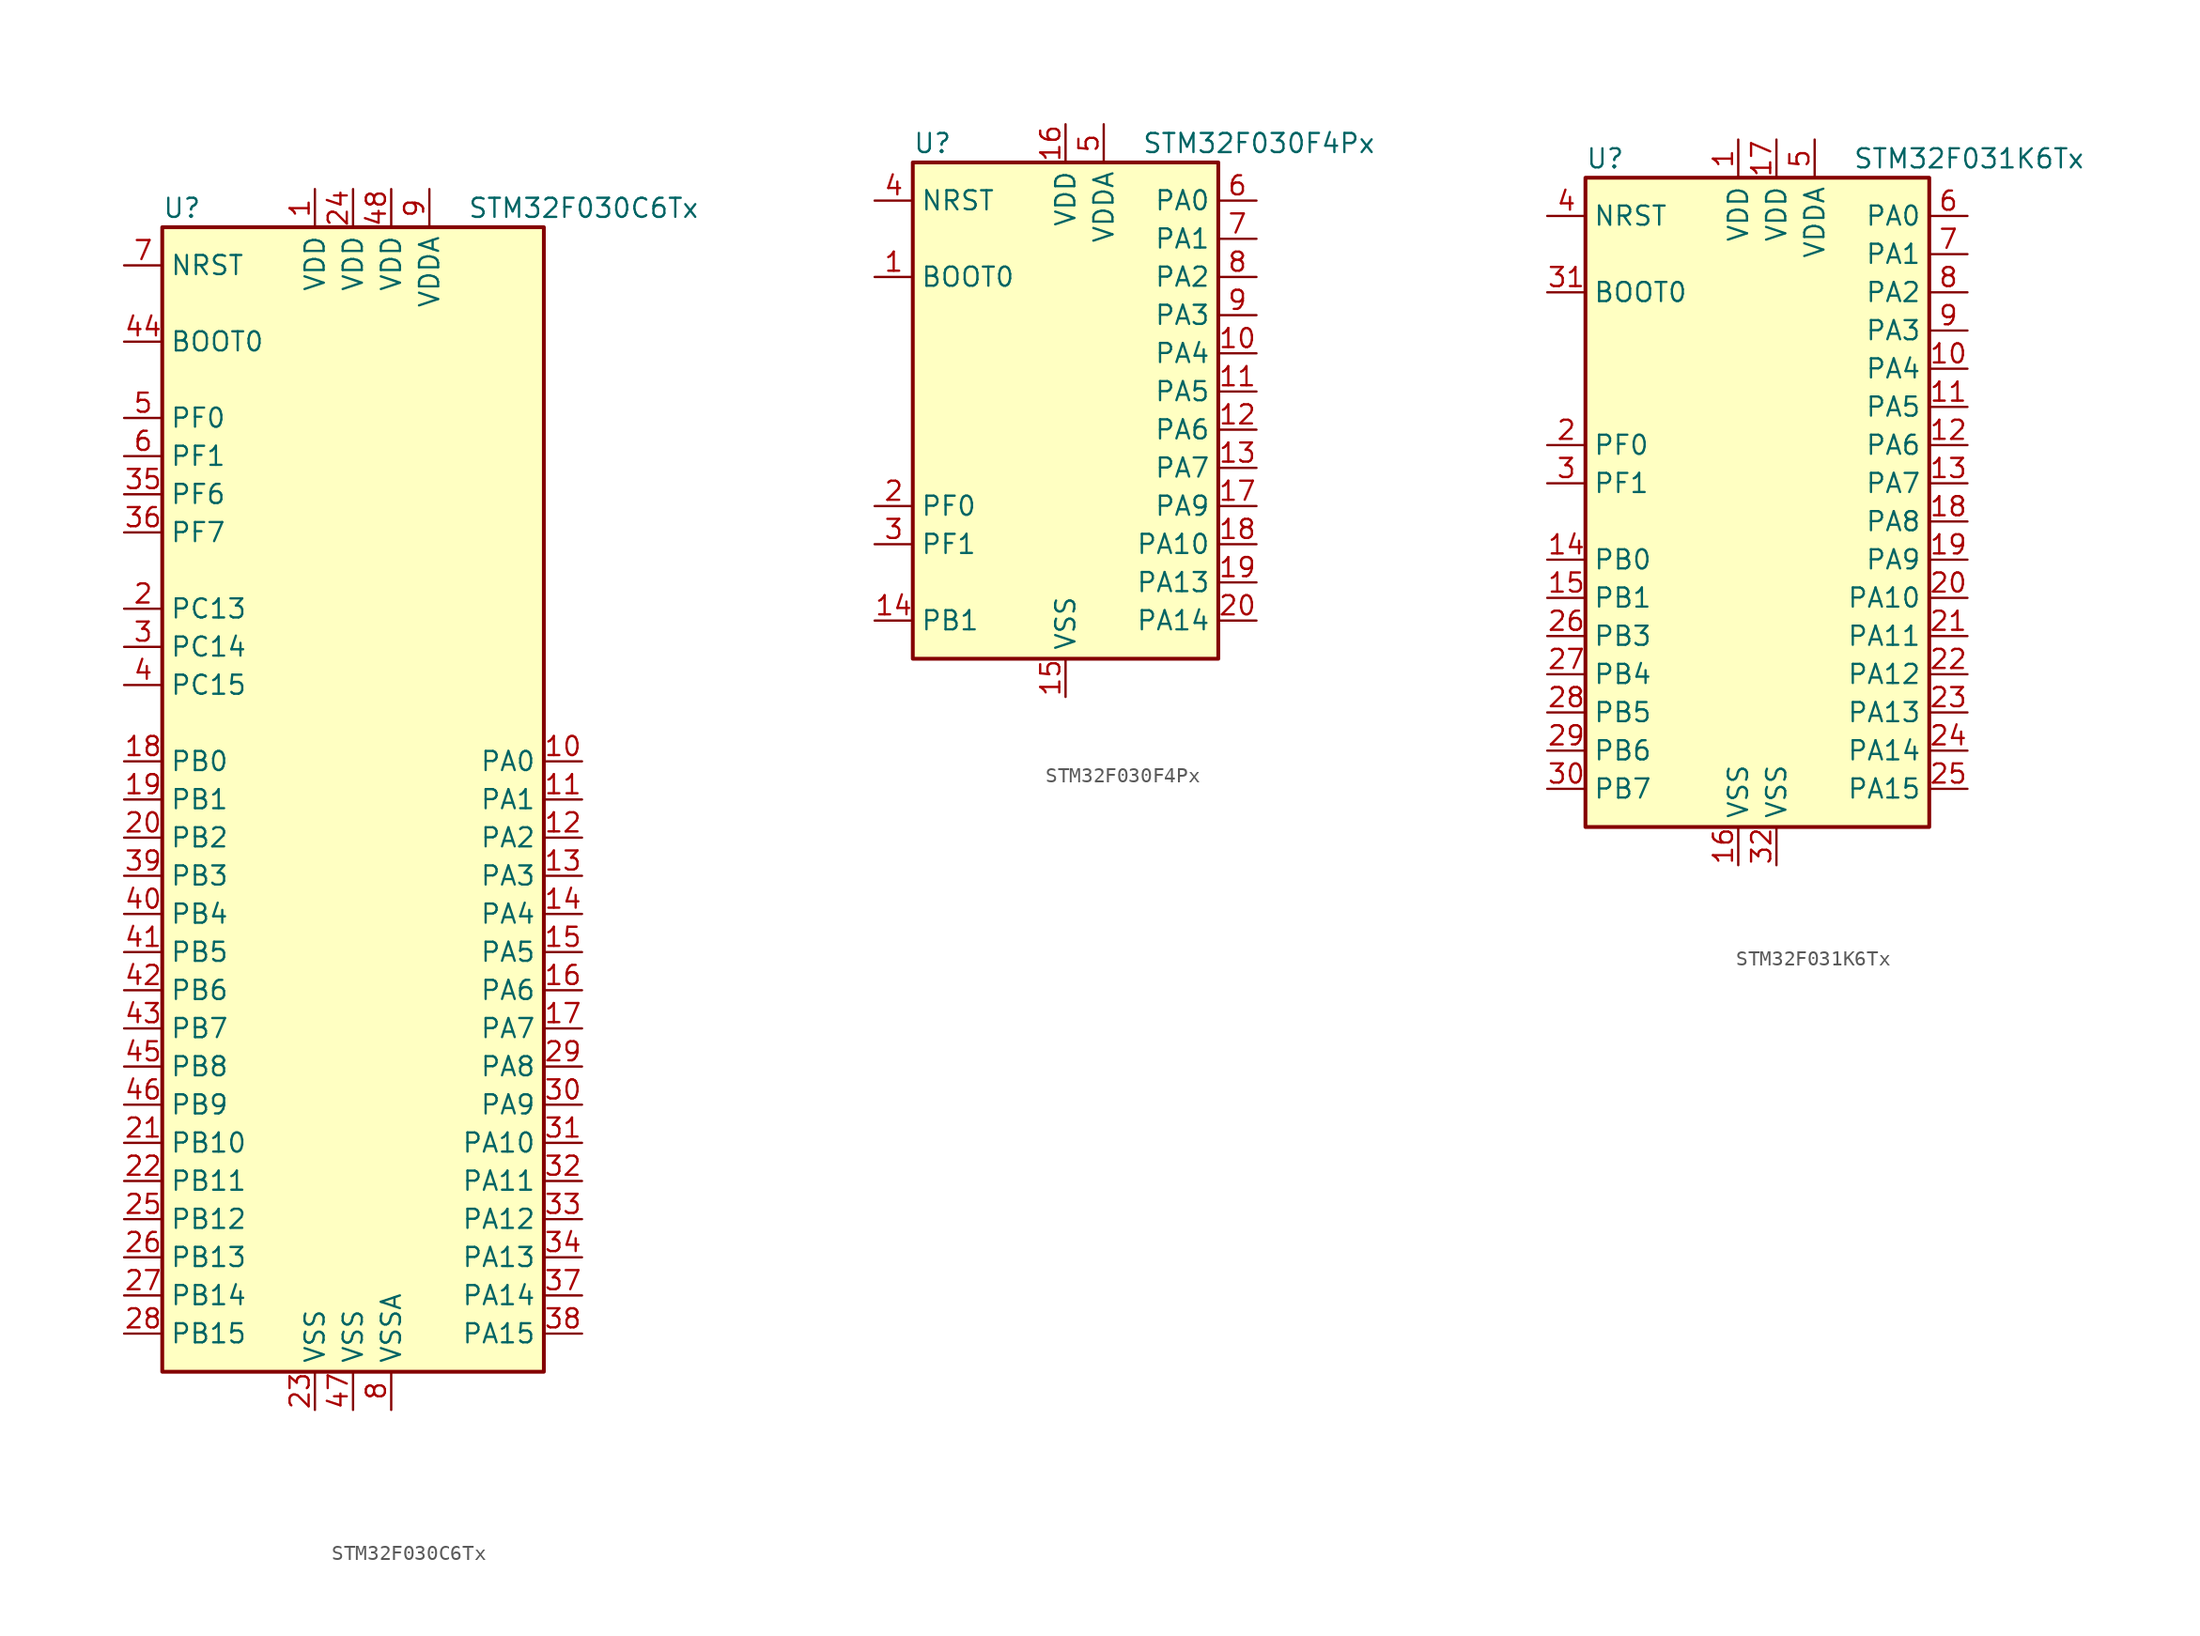
<source format=kicad_sym>
(kicad_symbol_lib
  (version 20201005)
  (generator kicad_symbol_editor)
  (symbol "STM32F030C6Tx"
    (property "Reference" "U"
      (at -12.7 39.37 0)
      (effects (font (size 1.27 1.27)) (justify left)))
    (property "Value" "STM32F030C6Tx"
      (at 7.62 39.37 0)
      (effects (font (size 1.27 1.27)) (justify left)))
    (symbol "STM32F030C6Tx_0_1"
      (rectangle (start -12.7 -38.1) (end 12.7 38.1) (stroke (width 0.254)) (fill (type background))))
    (symbol "STM32F030C6Tx_1_1"
      (pin power_in line (at -2.54 40.64 270) (length 2.54) (name "VDD" (effects (font (size 1.27 1.27)))) (number "1" (effects (font (size 1.27 1.27)))))
      (pin bidirectional line (at 15.24 2.54 180) (length 2.54) (name "PA0" (effects (font (size 1.27 1.27)))) (number "10" (effects (font (size 1.27 1.27)))))
      (pin bidirectional line (at 15.24 0 180) (length 2.54) (name "PA1" (effects (font (size 1.27 1.27)))) (number "11" (effects (font (size 1.27 1.27)))))
      (pin bidirectional line (at 15.24 -2.54 180) (length 2.54) (name "PA2" (effects (font (size 1.27 1.27)))) (number "12" (effects (font (size 1.27 1.27)))))
      (pin bidirectional line (at 15.24 -5.08 180) (length 2.54) (name "PA3" (effects (font (size 1.27 1.27)))) (number "13" (effects (font (size 1.27 1.27)))))
      (pin bidirectional line (at 15.24 -7.62 180) (length 2.54) (name "PA4" (effects (font (size 1.27 1.27)))) (number "14" (effects (font (size 1.27 1.27)))))
      (pin bidirectional line (at 15.24 -10.16 180) (length 2.54) (name "PA5" (effects (font (size 1.27 1.27)))) (number "15" (effects (font (size 1.27 1.27)))))
      (pin bidirectional line (at 15.24 -12.7 180) (length 2.54) (name "PA6" (effects (font (size 1.27 1.27)))) (number "16" (effects (font (size 1.27 1.27)))))
      (pin bidirectional line (at 15.24 -15.24 180) (length 2.54) (name "PA7" (effects (font (size 1.27 1.27)))) (number "17" (effects (font (size 1.27 1.27)))))
      (pin bidirectional line (at -15.24 2.54 0) (length 2.54) (name "PB0" (effects (font (size 1.27 1.27)))) (number "18" (effects (font (size 1.27 1.27)))))
      (pin bidirectional line (at -15.24 0 0) (length 2.54) (name "PB1" (effects (font (size 1.27 1.27)))) (number "19" (effects (font (size 1.27 1.27)))))
      (pin bidirectional line (at -15.24 12.7 0) (length 2.54) (name "PC13" (effects (font (size 1.27 1.27)))) (number "2" (effects (font (size 1.27 1.27)))))
      (pin bidirectional line (at -15.24 -2.54 0) (length 2.54) (name "PB2" (effects (font (size 1.27 1.27)))) (number "20" (effects (font (size 1.27 1.27)))))
      (pin bidirectional line (at -15.24 -22.86 0) (length 2.54) (name "PB10" (effects (font (size 1.27 1.27)))) (number "21" (effects (font (size 1.27 1.27)))))
      (pin bidirectional line (at -15.24 -25.4 0) (length 2.54) (name "PB11" (effects (font (size 1.27 1.27)))) (number "22" (effects (font (size 1.27 1.27)))))
      (pin power_in line (at -2.54 -40.64 90) (length 2.54) (name "VSS" (effects (font (size 1.27 1.27)))) (number "23" (effects (font (size 1.27 1.27)))))
      (pin power_in line (at 0 40.64 270) (length 2.54) (name "VDD" (effects (font (size 1.27 1.27)))) (number "24" (effects (font (size 1.27 1.27)))))
      (pin bidirectional line (at -15.24 -27.94 0) (length 2.54) (name "PB12" (effects (font (size 1.27 1.27)))) (number "25" (effects (font (size 1.27 1.27)))))
      (pin bidirectional line (at -15.24 -30.48 0) (length 2.54) (name "PB13" (effects (font (size 1.27 1.27)))) (number "26" (effects (font (size 1.27 1.27)))))
      (pin bidirectional line (at -15.24 -33.02 0) (length 2.54) (name "PB14" (effects (font (size 1.27 1.27)))) (number "27" (effects (font (size 1.27 1.27)))))
      (pin bidirectional line (at -15.24 -35.56 0) (length 2.54) (name "PB15" (effects (font (size 1.27 1.27)))) (number "28" (effects (font (size 1.27 1.27)))))
      (pin bidirectional line (at 15.24 -17.78 180) (length 2.54) (name "PA8" (effects (font (size 1.27 1.27)))) (number "29" (effects (font (size 1.27 1.27)))))
      (pin bidirectional line (at -15.24 10.16 0) (length 2.54) (name "PC14" (effects (font (size 1.27 1.27)))) (number "3" (effects (font (size 1.27 1.27)))))
      (pin bidirectional line (at 15.24 -20.32 180) (length 2.54) (name "PA9" (effects (font (size 1.27 1.27)))) (number "30" (effects (font (size 1.27 1.27)))))
      (pin bidirectional line (at 15.24 -22.86 180) (length 2.54) (name "PA10" (effects (font (size 1.27 1.27)))) (number "31" (effects (font (size 1.27 1.27)))))
      (pin bidirectional line (at 15.24 -25.4 180) (length 2.54) (name "PA11" (effects (font (size 1.27 1.27)))) (number "32" (effects (font (size 1.27 1.27)))))
      (pin bidirectional line (at 15.24 -27.94 180) (length 2.54) (name "PA12" (effects (font (size 1.27 1.27)))) (number "33" (effects (font (size 1.27 1.27)))))
      (pin bidirectional line (at 15.24 -30.48 180) (length 2.54) (name "PA13" (effects (font (size 1.27 1.27)))) (number "34" (effects (font (size 1.27 1.27)))))
      (pin bidirectional line (at -15.24 20.32 0) (length 2.54) (name "PF6" (effects (font (size 1.27 1.27)))) (number "35" (effects (font (size 1.27 1.27)))))
      (pin bidirectional line (at -15.24 17.78 0) (length 2.54) (name "PF7" (effects (font (size 1.27 1.27)))) (number "36" (effects (font (size 1.27 1.27)))))
      (pin bidirectional line (at 15.24 -33.02 180) (length 2.54) (name "PA14" (effects (font (size 1.27 1.27)))) (number "37" (effects (font (size 1.27 1.27)))))
      (pin bidirectional line (at 15.24 -35.56 180) (length 2.54) (name "PA15" (effects (font (size 1.27 1.27)))) (number "38" (effects (font (size 1.27 1.27)))))
      (pin bidirectional line (at -15.24 -5.08 0) (length 2.54) (name "PB3" (effects (font (size 1.27 1.27)))) (number "39" (effects (font (size 1.27 1.27)))))
      (pin bidirectional line (at -15.24 7.62 0) (length 2.54) (name "PC15" (effects (font (size 1.27 1.27)))) (number "4" (effects (font (size 1.27 1.27)))))
      (pin bidirectional line (at -15.24 -7.62 0) (length 2.54) (name "PB4" (effects (font (size 1.27 1.27)))) (number "40" (effects (font (size 1.27 1.27)))))
      (pin bidirectional line (at -15.24 -10.16 0) (length 2.54) (name "PB5" (effects (font (size 1.27 1.27)))) (number "41" (effects (font (size 1.27 1.27)))))
      (pin bidirectional line (at -15.24 -12.7 0) (length 2.54) (name "PB6" (effects (font (size 1.27 1.27)))) (number "42" (effects (font (size 1.27 1.27)))))
      (pin bidirectional line (at -15.24 -15.24 0) (length 2.54) (name "PB7" (effects (font (size 1.27 1.27)))) (number "43" (effects (font (size 1.27 1.27)))))
      (pin input line (at -15.24 30.48 0) (length 2.54) (name "BOOT0" (effects (font (size 1.27 1.27)))) (number "44" (effects (font (size 1.27 1.27)))))
      (pin bidirectional line (at -15.24 -17.78 0) (length 2.54) (name "PB8" (effects (font (size 1.27 1.27)))) (number "45" (effects (font (size 1.27 1.27)))))
      (pin bidirectional line (at -15.24 -20.32 0) (length 2.54) (name "PB9" (effects (font (size 1.27 1.27)))) (number "46" (effects (font (size 1.27 1.27)))))
      (pin power_in line (at 0 -40.64 90) (length 2.54) (name "VSS" (effects (font (size 1.27 1.27)))) (number "47" (effects (font (size 1.27 1.27)))))
      (pin power_in line (at 2.54 40.64 270) (length 2.54) (name "VDD" (effects (font (size 1.27 1.27)))) (number "48" (effects (font (size 1.27 1.27)))))
      (pin input line (at -15.24 25.4 0) (length 2.54) (name "PF0" (effects (font (size 1.27 1.27)))) (number "5" (effects (font (size 1.27 1.27)))))
      (pin input line (at -15.24 22.86 0) (length 2.54) (name "PF1" (effects (font (size 1.27 1.27)))) (number "6" (effects (font (size 1.27 1.27)))))
      (pin input line (at -15.24 35.56 0) (length 2.54) (name "NRST" (effects (font (size 1.27 1.27)))) (number "7" (effects (font (size 1.27 1.27)))))
      (pin power_in line (at 2.54 -40.64 90) (length 2.54) (name "VSSA" (effects (font (size 1.27 1.27)))) (number "8" (effects (font (size 1.27 1.27)))))
      (pin power_in line (at 5.08 40.64 270) (length 2.54) (name "VDDA" (effects (font (size 1.27 1.27)))) (number "9" (effects (font (size 1.27 1.27)))))))
  (symbol "STM32F030F4Px"
    (property "Reference" "U"
      (at -10.16 16.51 0)
      (effects (font (size 1.27 1.27)) (justify left)))
    (property "Value" "STM32F030F4Px"
      (at 5.08 16.51 0)
      (effects (font (size 1.27 1.27)) (justify left)))
    (symbol "STM32F030F4Px_0_1"
      (rectangle (start -10.16 -17.78) (end 10.16 15.24) (stroke (width 0.254)) (fill (type background))))
    (symbol "STM32F030F4Px_1_1"
      (pin input line (at -12.7 7.62 0) (length 2.54) (name "BOOT0" (effects (font (size 1.27 1.27)))) (number "1" (effects (font (size 1.27 1.27)))))
      (pin bidirectional line (at 12.7 2.54 180) (length 2.54) (name "PA4" (effects (font (size 1.27 1.27)))) (number "10" (effects (font (size 1.27 1.27)))))
      (pin bidirectional line (at 12.7 0 180) (length 2.54) (name "PA5" (effects (font (size 1.27 1.27)))) (number "11" (effects (font (size 1.27 1.27)))))
      (pin bidirectional line (at 12.7 -2.54 180) (length 2.54) (name "PA6" (effects (font (size 1.27 1.27)))) (number "12" (effects (font (size 1.27 1.27)))))
      (pin bidirectional line (at 12.7 -5.08 180) (length 2.54) (name "PA7" (effects (font (size 1.27 1.27)))) (number "13" (effects (font (size 1.27 1.27)))))
      (pin bidirectional line (at -12.7 -15.24 0) (length 2.54) (name "PB1" (effects (font (size 1.27 1.27)))) (number "14" (effects (font (size 1.27 1.27)))))
      (pin power_in line (at 0 -20.32 90) (length 2.54) (name "VSS" (effects (font (size 1.27 1.27)))) (number "15" (effects (font (size 1.27 1.27)))))
      (pin power_in line (at 0 17.78 270) (length 2.54) (name "VDD" (effects (font (size 1.27 1.27)))) (number "16" (effects (font (size 1.27 1.27)))))
      (pin bidirectional line (at 12.7 -7.62 180) (length 2.54) (name "PA9" (effects (font (size 1.27 1.27)))) (number "17" (effects (font (size 1.27 1.27)))))
      (pin bidirectional line (at 12.7 -10.16 180) (length 2.54) (name "PA10" (effects (font (size 1.27 1.27)))) (number "18" (effects (font (size 1.27 1.27)))))
      (pin bidirectional line (at 12.7 -12.7 180) (length 2.54) (name "PA13" (effects (font (size 1.27 1.27)))) (number "19" (effects (font (size 1.27 1.27)))))
      (pin input line (at -12.7 -7.62 0) (length 2.54) (name "PF0" (effects (font (size 1.27 1.27)))) (number "2" (effects (font (size 1.27 1.27)))))
      (pin bidirectional line (at 12.7 -15.24 180) (length 2.54) (name "PA14" (effects (font (size 1.27 1.27)))) (number "20" (effects (font (size 1.27 1.27)))))
      (pin input line (at -12.7 -10.16 0) (length 2.54) (name "PF1" (effects (font (size 1.27 1.27)))) (number "3" (effects (font (size 1.27 1.27)))))
      (pin input line (at -12.7 12.7 0) (length 2.54) (name "NRST" (effects (font (size 1.27 1.27)))) (number "4" (effects (font (size 1.27 1.27)))))
      (pin power_in line (at 2.54 17.78 270) (length 2.54) (name "VDDA" (effects (font (size 1.27 1.27)))) (number "5" (effects (font (size 1.27 1.27)))))
      (pin bidirectional line (at 12.7 12.7 180) (length 2.54) (name "PA0" (effects (font (size 1.27 1.27)))) (number "6" (effects (font (size 1.27 1.27)))))
      (pin bidirectional line (at 12.7 10.16 180) (length 2.54) (name "PA1" (effects (font (size 1.27 1.27)))) (number "7" (effects (font (size 1.27 1.27)))))
      (pin bidirectional line (at 12.7 7.62 180) (length 2.54) (name "PA2" (effects (font (size 1.27 1.27)))) (number "8" (effects (font (size 1.27 1.27)))))
      (pin bidirectional line (at 12.7 5.08 180) (length 2.54) (name "PA3" (effects (font (size 1.27 1.27)))) (number "9" (effects (font (size 1.27 1.27)))))))
  (symbol "STM32F031K6Tx"
    (property "Reference" "U"
      (at -12.7 21.59 0)
      (effects (font (size 1.27 1.27)) (justify left)))
    (property "Value" "STM32F031K6Tx"
      (at 5.08 21.59 0)
      (effects (font (size 1.27 1.27)) (justify left)))
    (symbol "STM32F031K6Tx_0_1"
      (rectangle (start -12.7 -22.86) (end 10.16 20.32) (stroke (width 0.254)) (fill (type background))))
    (symbol "STM32F031K6Tx_1_1"
      (pin power_in line (at -2.54 22.86 270) (length 2.54) (name "VDD" (effects (font (size 1.27 1.27)))) (number "1" (effects (font (size 1.27 1.27)))))
      (pin bidirectional line (at 12.7 7.62 180) (length 2.54) (name "PA4" (effects (font (size 1.27 1.27)))) (number "10" (effects (font (size 1.27 1.27)))))
      (pin bidirectional line (at 12.7 5.08 180) (length 2.54) (name "PA5" (effects (font (size 1.27 1.27)))) (number "11" (effects (font (size 1.27 1.27)))))
      (pin bidirectional line (at 12.7 2.54 180) (length 2.54) (name "PA6" (effects (font (size 1.27 1.27)))) (number "12" (effects (font (size 1.27 1.27)))))
      (pin bidirectional line (at 12.7 0 180) (length 2.54) (name "PA7" (effects (font (size 1.27 1.27)))) (number "13" (effects (font (size 1.27 1.27)))))
      (pin bidirectional line (at -15.24 -5.08 0) (length 2.54) (name "PB0" (effects (font (size 1.27 1.27)))) (number "14" (effects (font (size 1.27 1.27)))))
      (pin bidirectional line (at -15.24 -7.62 0) (length 2.54) (name "PB1" (effects (font (size 1.27 1.27)))) (number "15" (effects (font (size 1.27 1.27)))))
      (pin power_in line (at -2.54 -25.4 90) (length 2.54) (name "VSS" (effects (font (size 1.27 1.27)))) (number "16" (effects (font (size 1.27 1.27)))))
      (pin power_in line (at 0 22.86 270) (length 2.54) (name "VDD" (effects (font (size 1.27 1.27)))) (number "17" (effects (font (size 1.27 1.27)))))
      (pin bidirectional line (at 12.7 -2.54 180) (length 2.54) (name "PA8" (effects (font (size 1.27 1.27)))) (number "18" (effects (font (size 1.27 1.27)))))
      (pin bidirectional line (at 12.7 -5.08 180) (length 2.54) (name "PA9" (effects (font (size 1.27 1.27)))) (number "19" (effects (font (size 1.27 1.27)))))
      (pin input line (at -15.24 2.54 0) (length 2.54) (name "PF0" (effects (font (size 1.27 1.27)))) (number "2" (effects (font (size 1.27 1.27)))))
      (pin bidirectional line (at 12.7 -7.62 180) (length 2.54) (name "PA10" (effects (font (size 1.27 1.27)))) (number "20" (effects (font (size 1.27 1.27)))))
      (pin bidirectional line (at 12.7 -10.16 180) (length 2.54) (name "PA11" (effects (font (size 1.27 1.27)))) (number "21" (effects (font (size 1.27 1.27)))))
      (pin bidirectional line (at 12.7 -12.7 180) (length 2.54) (name "PA12" (effects (font (size 1.27 1.27)))) (number "22" (effects (font (size 1.27 1.27)))))
      (pin bidirectional line (at 12.7 -15.24 180) (length 2.54) (name "PA13" (effects (font (size 1.27 1.27)))) (number "23" (effects (font (size 1.27 1.27)))))
      (pin bidirectional line (at 12.7 -17.78 180) (length 2.54) (name "PA14" (effects (font (size 1.27 1.27)))) (number "24" (effects (font (size 1.27 1.27)))))
      (pin bidirectional line (at 12.7 -20.32 180) (length 2.54) (name "PA15" (effects (font (size 1.27 1.27)))) (number "25" (effects (font (size 1.27 1.27)))))
      (pin bidirectional line (at -15.24 -10.16 0) (length 2.54) (name "PB3" (effects (font (size 1.27 1.27)))) (number "26" (effects (font (size 1.27 1.27)))))
      (pin bidirectional line (at -15.24 -12.7 0) (length 2.54) (name "PB4" (effects (font (size 1.27 1.27)))) (number "27" (effects (font (size 1.27 1.27)))))
      (pin bidirectional line (at -15.24 -15.24 0) (length 2.54) (name "PB5" (effects (font (size 1.27 1.27)))) (number "28" (effects (font (size 1.27 1.27)))))
      (pin bidirectional line (at -15.24 -17.78 0) (length 2.54) (name "PB6" (effects (font (size 1.27 1.27)))) (number "29" (effects (font (size 1.27 1.27)))))
      (pin input line (at -15.24 0 0) (length 2.54) (name "PF1" (effects (font (size 1.27 1.27)))) (number "3" (effects (font (size 1.27 1.27)))))
      (pin bidirectional line (at -15.24 -20.32 0) (length 2.54) (name "PB7" (effects (font (size 1.27 1.27)))) (number "30" (effects (font (size 1.27 1.27)))))
      (pin input line (at -15.24 12.7 0) (length 2.54) (name "BOOT0" (effects (font (size 1.27 1.27)))) (number "31" (effects (font (size 1.27 1.27)))))
      (pin power_in line (at 0 -25.4 90) (length 2.54) (name "VSS" (effects (font (size 1.27 1.27)))) (number "32" (effects (font (size 1.27 1.27)))))
      (pin input line (at -15.24 17.78 0) (length 2.54) (name "NRST" (effects (font (size 1.27 1.27)))) (number "4" (effects (font (size 1.27 1.27)))))
      (pin power_in line (at 2.54 22.86 270) (length 2.54) (name "VDDA" (effects (font (size 1.27 1.27)))) (number "5" (effects (font (size 1.27 1.27)))))
      (pin bidirectional line (at 12.7 17.78 180) (length 2.54) (name "PA0" (effects (font (size 1.27 1.27)))) (number "6" (effects (font (size 1.27 1.27)))))
      (pin bidirectional line (at 12.7 15.24 180) (length 2.54) (name "PA1" (effects (font (size 1.27 1.27)))) (number "7" (effects (font (size 1.27 1.27)))))
      (pin bidirectional line (at 12.7 12.7 180) (length 2.54) (name "PA2" (effects (font (size 1.27 1.27)))) (number "8" (effects (font (size 1.27 1.27)))))
      (pin bidirectional line (at 12.7 10.16 180) (length 2.54) (name "PA3" (effects (font (size 1.27 1.27)))) (number "9" (effects (font (size 1.27 1.27))))))))
</source>
